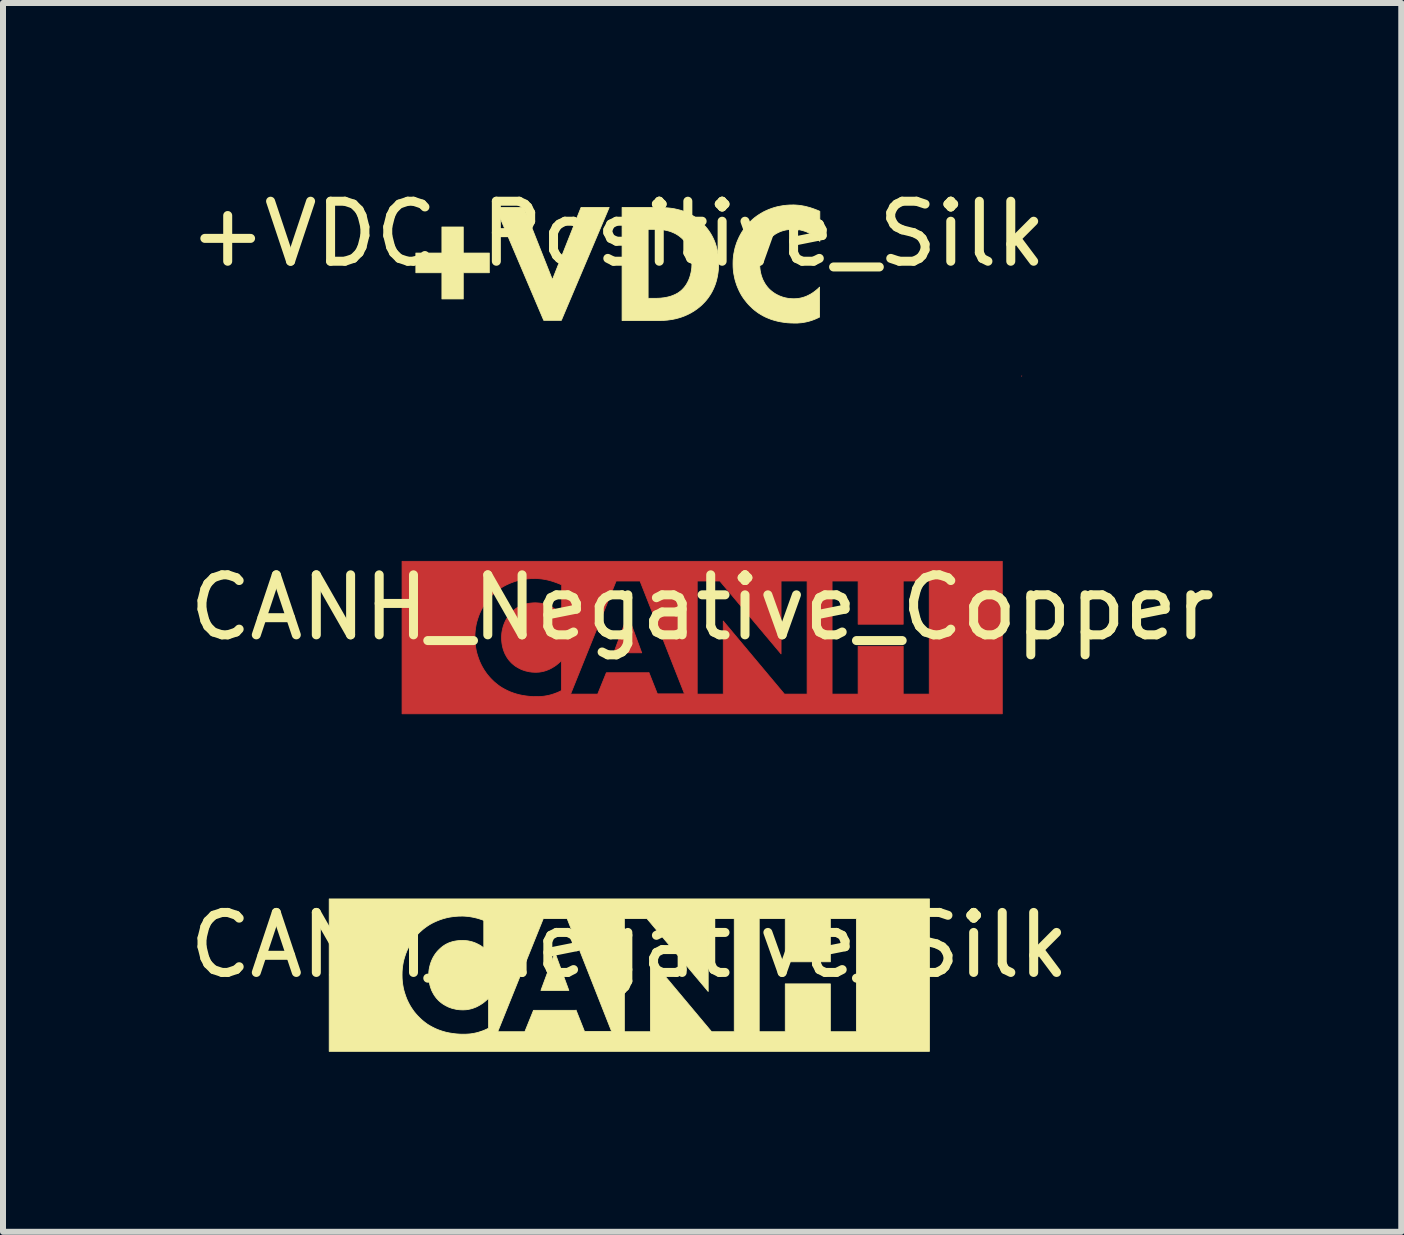
<source format=kicad_pcb>
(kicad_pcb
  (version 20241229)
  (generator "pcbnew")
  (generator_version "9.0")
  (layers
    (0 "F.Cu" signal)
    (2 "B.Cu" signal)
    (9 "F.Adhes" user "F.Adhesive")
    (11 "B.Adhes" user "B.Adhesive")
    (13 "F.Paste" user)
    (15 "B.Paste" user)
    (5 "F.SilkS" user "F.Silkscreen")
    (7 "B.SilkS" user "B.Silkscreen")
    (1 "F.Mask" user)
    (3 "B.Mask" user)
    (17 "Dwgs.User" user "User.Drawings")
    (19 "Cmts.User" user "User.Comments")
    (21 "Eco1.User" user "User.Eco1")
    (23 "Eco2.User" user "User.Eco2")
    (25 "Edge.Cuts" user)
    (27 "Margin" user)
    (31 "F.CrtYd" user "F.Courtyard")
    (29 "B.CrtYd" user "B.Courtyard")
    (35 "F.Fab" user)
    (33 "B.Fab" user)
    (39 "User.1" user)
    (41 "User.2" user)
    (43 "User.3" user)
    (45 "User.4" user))
  (footprint "+VDC_Positive_Silk"
    (layer "F.Cu")
    (at 7.244 1.348)
    (property "Reference" "+VDC_Positive_Silk" (at 0 -0.5 0) (unlocked yes) (layer "F.SilkS") (effects (font (size 1 1) (thickness 0.15))))
    (fp_poly (pts (xy 6.727 1.87) (xy 6.727 1.868) (xy 6.731 1.866)) (stroke (width 0.013) (type solid)) (fill yes) (layer "F.Cu"))
    (fp_poly (pts (xy -1.09 0.262) (xy -0.613 -0.941) (xy -0.144 -0.941) (xy -0.941 0.94) (xy -1.234 0.94) (xy -2.035 -0.941) (xy -1.566 -0.941)) (stroke (width 0.013) (type solid)) (fill yes) (layer "F.SilkS"))
    (fp_poly (pts (xy -2.575 -0.182) (xy -2.141 -0.182) (xy -2.141 0.146) (xy -2.575 0.146) (xy -2.575 0.583) (xy -2.931 0.583) (xy -2.931 0.146) (xy -3.365 0.146) (xy -3.365 -0.182) (xy -2.931 -0.182) (xy -2.931 -0.616) (xy -2.575 -0.616)) (stroke (width 0.013) (type solid)) (fill yes) (layer "F.SilkS"))
    (fp_poly (pts (xy 0.714 -0.94) (xy 0.761 -0.939) (xy 0.808 -0.936) (xy 0.855 -0.932) (xy 0.902 -0.926) (xy 0.95 -0.918) (xy 0.997 -0.907) (xy 1.044 -0.895) (xy 1.091 -0.88) (xy 1.138 -0.861) (xy 1.184 -0.84) (xy 1.23 -0.816) (xy 1.276 -0.788) (xy 1.321 -0.756) (xy 1.365 -0.72) (xy 1.408 -0.68) (xy 1.438 -0.649) (xy 1.467 -0.616) (xy 1.495 -0.582) (xy 1.52 -0.547) (xy 1.545 -0.51) (xy 1.567 -0.472) (xy 1.587 -0.433) (xy 1.606 -0.392) (xy 1.623 -0.349) (xy 1.637 -0.305) (xy 1.65 -0.259) (xy 1.661 -0.212) (xy 1.669 -0.163) (xy 1.675 -0.112) (xy 1.678 -0.06) (xy 1.68 -0.006) (xy 1.679 0.048) (xy 1.675 0.101) (xy 1.669 0.151) (xy 1.661 0.2) (xy 1.651 0.247) (xy 1.639 0.293) (xy 1.625 0.337) (xy 1.609 0.379) (xy 1.591 0.42) (xy 1.572 0.459) (xy 1.551 0.496) (xy 1.528 0.532) (xy 1.504 0.567) (xy 1.478 0.6) (xy 1.451 0.631) (xy 1.422 0.661) (xy 1.398 0.685) (xy 1.373 0.707) (xy 1.322 0.748) (xy 1.27 0.784) (xy 1.218 0.815) (xy 1.166 0.842) (xy 1.114 0.865) (xy 1.063 0.884) (xy 1.012 0.9) (xy 0.963 0.913) (xy 0.915 0.923) (xy 0.869 0.93) (xy 0.826 0.936) (xy 0.785 0.939) (xy 0.747 0.942) (xy 0.681 0.943) (xy 0.071 0.943) (xy 0.071 0.573) (xy 0.505 0.573) (xy 0.621 0.573) (xy 0.66 0.572) (xy 0.707 0.57) (xy 0.733 0.567) (xy 0.761 0.564) (xy 0.789 0.56) (xy 0.818 0.554) (xy 0.848 0.547) (xy 0.878 0.539) (xy 0.908 0.528) (xy 0.938 0.516) (xy 0.968 0.502) (xy 0.982 0.494) (xy 0.997 0.486) (xy 1.011 0.477) (xy 1.025 0.467) (xy 1.038 0.457) (xy 1.052 0.446) (xy 1.071 0.429) (xy 1.089 0.41) (xy 1.107 0.39) (xy 1.124 0.368) (xy 1.14 0.345) (xy 1.155 0.319) (xy 1.169 0.293) (xy 1.182 0.265) (xy 1.194 0.235) (xy 1.204 0.204) (xy 1.213 0.171) (xy 1.221 0.138) (xy 1.227 0.103) (xy 1.232 0.067) (xy 1.234 0.029) (xy 1.235 -0.009) (xy 1.234 -0.047) (xy 1.232 -0.083) (xy 1.227 -0.118) (xy 1.221 -0.15) (xy 1.214 -0.181) (xy 1.206 -0.21) (xy 1.196 -0.237) (xy 1.185 -0.262) (xy 1.174 -0.286) (xy 1.162 -0.309) (xy 1.149 -0.33) (xy 1.136 -0.35) (xy 1.122 -0.368) (xy 1.108 -0.385) (xy 1.094 -0.401) (xy 1.08 -0.415) (xy 1.067 -0.428) (xy 1.053 -0.44) (xy 1.025 -0.463) (xy 0.997 -0.482) (xy 0.968 -0.5) (xy 0.938 -0.515) (xy 0.908 -0.528) (xy 0.878 -0.54) (xy 0.848 -0.549) (xy 0.818 -0.557) (xy 0.788 -0.563) (xy 0.759 -0.568) (xy 0.73 -0.572) (xy 0.701 -0.574) (xy 0.674 -0.576) (xy 0.621 -0.577) (xy 0.505 -0.577) (xy 0.505 0.569) (xy 0.505 0.573) (xy 0.071 0.573) (xy 0.071 -0.941) (xy 0.667 -0.941)) (stroke (width 0.013) (type solid)) (fill yes) (layer "F.SilkS"))
    (fp_poly (pts (xy 2.938 -0.983) (xy 2.962 -0.982) (xy 2.986 -0.98) (xy 3.011 -0.978) (xy 3.037 -0.975) (xy 3.063 -0.971) (xy 3.09 -0.966) (xy 3.118 -0.961) (xy 3.146 -0.954) (xy 3.175 -0.946) (xy 3.205 -0.938) (xy 3.235 -0.928) (xy 3.267 -0.917) (xy 3.299 -0.905) (xy 3.332 -0.892) (xy 3.366 -0.877) (xy 3.366 -0.376) (xy 3.348 -0.395) (xy 3.328 -0.414) (xy 3.307 -0.433) (xy 3.285 -0.451) (xy 3.262 -0.468) (xy 3.238 -0.485) (xy 3.212 -0.5) (xy 3.185 -0.515) (xy 3.157 -0.529) (xy 3.128 -0.541) (xy 3.097 -0.551) (xy 3.081 -0.556) (xy 3.065 -0.56) (xy 3.049 -0.564) (xy 3.032 -0.568) (xy 3.015 -0.57) (xy 2.998 -0.573) (xy 2.98 -0.575) (xy 2.962 -0.576) (xy 2.944 -0.577) (xy 2.925 -0.577) (xy 2.896 -0.577) (xy 2.867 -0.575) (xy 2.839 -0.572) (xy 2.812 -0.568) (xy 2.785 -0.563) (xy 2.76 -0.556) (xy 2.735 -0.549) (xy 2.71 -0.54) (xy 2.687 -0.53) (xy 2.664 -0.519) (xy 2.641 -0.507) (xy 2.62 -0.494) (xy 2.599 -0.479) (xy 2.579 -0.464) (xy 2.559 -0.447) (xy 2.54 -0.429) (xy 2.521 -0.409) (xy 2.503 -0.389) (xy 2.485 -0.367) (xy 2.468 -0.343) (xy 2.453 -0.319) (xy 2.438 -0.294) (xy 2.425 -0.268) (xy 2.413 -0.241) (xy 2.402 -0.213) (xy 2.392 -0.185) (xy 2.384 -0.155) (xy 2.377 -0.125) (xy 2.371 -0.093) (xy 2.367 -0.061) (xy 2.365 -0.029) (xy 2.364 0.005) (xy 2.365 0.04) (xy 2.368 0.075) (xy 2.372 0.108) (xy 2.378 0.14) (xy 2.385 0.17) (xy 2.393 0.199) (xy 2.403 0.227) (xy 2.413 0.254) (xy 2.425 0.279) (xy 2.438 0.303) (xy 2.451 0.326) (xy 2.465 0.348) (xy 2.48 0.368) (xy 2.495 0.387) (xy 2.511 0.405) (xy 2.526 0.421) (xy 2.535 0.429) (xy 2.546 0.439) (xy 2.559 0.45) (xy 2.574 0.462) (xy 2.591 0.475) (xy 2.611 0.488) (xy 2.633 0.502) (xy 2.658 0.515) (xy 2.671 0.521) (xy 2.684 0.528) (xy 2.699 0.534) (xy 2.713 0.54) (xy 2.728 0.545) (xy 2.744 0.551) (xy 2.761 0.556) (xy 2.777 0.56) (xy 2.795 0.565) (xy 2.813 0.568) (xy 2.831 0.572) (xy 2.85 0.575) (xy 2.87 0.577) (xy 2.89 0.578) (xy 2.911 0.579) (xy 2.932 0.58) (xy 2.954 0.579) (xy 2.976 0.578) (xy 3 0.576) (xy 3.024 0.572) (xy 3.049 0.567) (xy 3.074 0.561) (xy 3.1 0.553) (xy 3.127 0.544) (xy 3.155 0.532) (xy 3.183 0.518) (xy 3.212 0.503) (xy 3.241 0.485) (xy 3.271 0.464) (xy 3.301 0.441) (xy 3.332 0.415) (xy 3.362 0.386) (xy 3.362 0.885) (xy 3.335 0.898) (xy 3.305 0.912) (xy 3.276 0.924) (xy 3.247 0.935) (xy 3.219 0.944) (xy 3.191 0.953) (xy 3.164 0.96) (xy 3.138 0.966) (xy 3.112 0.971) (xy 3.087 0.975) (xy 3.063 0.979) (xy 3.039 0.981) (xy 2.993 0.985) (xy 2.95 0.985) (xy 2.886 0.984) (xy 2.825 0.98) (xy 2.767 0.973) (xy 2.71 0.964) (xy 2.657 0.953) (xy 2.605 0.939) (xy 2.556 0.924) (xy 2.51 0.906) (xy 2.465 0.887) (xy 2.423 0.866) (xy 2.383 0.843) (xy 2.344 0.819) (xy 2.308 0.793) (xy 2.274 0.767) (xy 2.242 0.739) (xy 2.212 0.71) (xy 2.181 0.679) (xy 2.151 0.645) (xy 2.123 0.61) (xy 2.095 0.573) (xy 2.069 0.534) (xy 2.045 0.493) (xy 2.023 0.45) (xy 2.003 0.406) (xy 1.984 0.36) (xy 1.968 0.312) (xy 1.953 0.263) (xy 1.942 0.213) (xy 1.932 0.161) (xy 1.925 0.108) (xy 1.921 0.053) (xy 1.92 -0.002) (xy 1.921 -0.058) (xy 1.925 -0.112) (xy 1.932 -0.165) (xy 1.942 -0.216) (xy 1.953 -0.266) (xy 1.968 -0.315) (xy 1.984 -0.362) (xy 2.003 -0.407) (xy 2.023 -0.451) (xy 2.045 -0.493) (xy 2.069 -0.534) (xy 2.095 -0.573) (xy 2.123 -0.61) (xy 2.151 -0.646) (xy 2.181 -0.679) (xy 2.212 -0.711) (xy 2.244 -0.741) (xy 2.278 -0.77) (xy 2.314 -0.797) (xy 2.351 -0.822) (xy 2.39 -0.846) (xy 2.43 -0.869) (xy 2.472 -0.889) (xy 2.516 -0.908) (xy 2.561 -0.925) (xy 2.607 -0.94) (xy 2.655 -0.953) (xy 2.705 -0.963) (xy 2.755 -0.972) (xy 2.807 -0.978) (xy 2.86 -0.982) (xy 2.914 -0.983)) (stroke (width 0.013) (type solid)) (fill yes) (layer "F.SilkS")))
  (footprint "CANH_Negative_Silk"
    (layer "F.Cu")
    (at 7.435 13.198)
    (property "Reference" "CANH_Negative_Silk" (at 0 -0.5 0) (unlocked yes) (layer "F.SilkS") (effects (font (size 1 1) (thickness 0.15))))
    (fp_poly (pts (xy -1.007 0.254) (xy -1.472 0.254) (xy -1.239 -0.377)) (stroke (width 0.013) (type solid)) (fill yes) (layer "F.SilkS"))
    (fp_poly (pts (xy 5.001 1.27) (xy -5 1.27) (xy -5 -0.004) (xy -3.786 -0.004) (xy -3.785 0.052) (xy -3.781 0.107) (xy -3.774 0.16) (xy -3.765 0.212) (xy -3.753 0.262) (xy -3.738 0.311) (xy -3.722 0.358) (xy -3.704 0.404) (xy -3.683 0.449) (xy -3.661 0.491) (xy -3.637 0.532) (xy -3.611 0.571) (xy -3.584 0.609) (xy -3.555 0.644) (xy -3.525 0.678) (xy -3.494 0.709) (xy -3.464 0.738) (xy -3.432 0.765) (xy -3.398 0.792) (xy -3.362 0.818) (xy -3.323 0.842) (xy -3.283 0.864) (xy -3.241 0.885) (xy -3.196 0.905) (xy -3.15 0.922) (xy -3.101 0.938) (xy -3.049 0.952) (xy -2.996 0.963) (xy -2.939 0.972) (xy -2.881 0.979) (xy -2.82 0.983) (xy -2.756 0.984) (xy -2.713 0.983) (xy -2.667 0.98) (xy -2.643 0.978) (xy -2.619 0.974) (xy -2.594 0.97) (xy -2.568 0.965) (xy -2.542 0.959) (xy -2.515 0.952) (xy -2.487 0.943) (xy -2.484 0.942) (xy -2.192 0.942) (xy -1.74 0.942) (xy 2.165 0.942) (xy 2.599 0.942) (xy 2.599 0.145) (xy 3.35 0.145) (xy 3.35 0.942) (xy 3.784 0.942) (xy 3.784 -0.942) (xy 3.35 -0.942) (xy 3.35 -0.222) (xy 2.599 -0.222) (xy 2.599 -0.942) (xy 2.165 -0.942) (xy 2.165 0.942) (xy -1.74 0.942) (xy -0.082 0.942) (xy 0.352 0.942) (xy 0.352 -0.275) (xy 1.371 0.942) (xy 1.749 0.942) (xy 1.749 -0.942) (xy 1.315 -0.942) (xy 1.315 0.272) (xy 0.295 -0.942) (xy -0.082 -0.942) (xy -0.082 0.942) (xy -1.74 0.942) (xy -1.596 0.586) (xy -0.887 0.586) (xy -0.887 0.582) (xy -0.746 0.938) (xy -0.294 0.938) (xy -1.035 -0.942) (xy -1.433 -0.942) (xy -2.192 0.942) (xy -2.484 0.942) (xy -2.459 0.934) (xy -2.43 0.923) (xy -2.401 0.911) (xy -2.371 0.897) (xy -2.347 0.885) (xy -2.344 0.885) (xy -2.34 0.882) (xy -2.344 0.884) (xy -2.344 0.885) (xy -2.347 0.885) (xy -2.344 0.884) (xy -2.344 0.385) (xy -2.375 0.413) (xy -2.405 0.439) (xy -2.435 0.463) (xy -2.465 0.483) (xy -2.494 0.501) (xy -2.523 0.517) (xy -2.551 0.531) (xy -2.579 0.542) (xy -2.606 0.552) (xy -2.632 0.56) (xy -2.658 0.566) (xy -2.682 0.571) (xy -2.707 0.575) (xy -2.73 0.577) (xy -2.752 0.578) (xy -2.774 0.579) (xy -2.795 0.578) (xy -2.816 0.577) (xy -2.836 0.576) (xy -2.856 0.573) (xy -2.875 0.571) (xy -2.893 0.567) (xy -2.911 0.563) (xy -2.929 0.559) (xy -2.946 0.555) (xy -2.962 0.55) (xy -2.978 0.544) (xy -2.993 0.539) (xy -3.008 0.533) (xy -3.022 0.527) (xy -3.035 0.52) (xy -3.048 0.514) (xy -3.073 0.5) (xy -3.095 0.487) (xy -3.115 0.474) (xy -3.132 0.461) (xy -3.147 0.449) (xy -3.16 0.438) (xy -3.171 0.428) (xy -3.18 0.42) (xy -3.195 0.403) (xy -3.211 0.386) (xy -3.226 0.367) (xy -3.241 0.346) (xy -3.255 0.325) (xy -3.268 0.302) (xy -3.281 0.278) (xy -3.293 0.253) (xy -3.303 0.226) (xy -3.313 0.198) (xy -3.321 0.169) (xy -3.328 0.139) (xy -3.334 0.107) (xy -3.338 0.074) (xy -3.341 0.039) (xy -3.342 0.004) (xy -3.341 -0.03) (xy -3.339 -0.063) (xy -3.335 -0.095) (xy -3.329 -0.126) (xy -3.322 -0.156) (xy -3.314 -0.186) (xy -3.304 -0.215) (xy -3.293 -0.243) (xy -3.281 -0.27) (xy -3.268 -0.296) (xy -3.253 -0.321) (xy -3.238 -0.345) (xy -3.221 -0.368) (xy -3.204 -0.39) (xy -3.185 -0.411) (xy -3.166 -0.43) (xy -3.147 -0.448) (xy -3.127 -0.465) (xy -3.107 -0.481) (xy -3.086 -0.495) (xy -3.065 -0.509) (xy -3.042 -0.521) (xy -3.019 -0.532) (xy -2.996 -0.542) (xy -2.971 -0.55) (xy -2.946 -0.558) (xy -2.921 -0.564) (xy -2.894 -0.569) (xy -2.867 -0.573) (xy -2.839 -0.576) (xy -2.81 -0.578) (xy -2.781 -0.579) (xy -2.762 -0.578) (xy -2.744 -0.577) (xy -2.726 -0.576) (xy -2.708 -0.574) (xy -2.691 -0.572) (xy -2.674 -0.569) (xy -2.657 -0.565) (xy -2.641 -0.562) (xy -2.625 -0.557) (xy -2.609 -0.553) (xy -2.578 -0.542) (xy -2.549 -0.53) (xy -2.521 -0.516) (xy -2.494 -0.502) (xy -2.468 -0.486) (xy -2.444 -0.469) (xy -2.421 -0.452) (xy -2.399 -0.434) (xy -2.378 -0.415) (xy -2.358 -0.397) (xy -2.34 -0.377) (xy -2.34 -0.878) (xy -2.374 -0.893) (xy -2.407 -0.906) (xy -2.439 -0.918) (xy -2.471 -0.929) (xy -2.501 -0.939) (xy -2.531 -0.948) (xy -2.56 -0.955) (xy -2.588 -0.962) (xy -2.616 -0.967) (xy -2.643 -0.972) (xy -2.669 -0.976) (xy -2.695 -0.979) (xy -2.72 -0.981) (xy -2.744 -0.983) (xy -2.768 -0.984) (xy -2.792 -0.984) (xy -2.846 -0.983) (xy -2.899 -0.979) (xy -2.951 -0.973) (xy -3.002 -0.965) (xy -3.051 -0.954) (xy -3.099 -0.941) (xy -3.145 -0.926) (xy -3.19 -0.909) (xy -3.234 -0.89) (xy -3.276 -0.87) (xy -3.316 -0.848) (xy -3.355 -0.824) (xy -3.392 -0.798) (xy -3.428 -0.771) (xy -3.462 -0.742) (xy -3.494 -0.713) (xy -3.525 -0.681) (xy -3.555 -0.647) (xy -3.584 -0.611) (xy -3.611 -0.574) (xy -3.637 -0.535) (xy -3.661 -0.494) (xy -3.683 -0.452) (xy -3.704 -0.408) (xy -3.722 -0.363) (xy -3.738 -0.316) (xy -3.753 -0.267) (xy -3.765 -0.218) (xy -3.774 -0.166) (xy -3.781 -0.113) (xy -3.785 -0.059) (xy -3.786 -0.004) (xy -5 -0.004) (xy -5 -1.27) (xy 5.001 -1.27)) (stroke (width 0.013) (type solid)) (fill yes) (layer "F.SilkS")))
  (footprint "CANH_Negative_Copper"
    (layer "F.Cu")
    (at 8.649 7.573)
    (property "Reference" "CANH_Negative_Copper" (at 0 -0.5 0) (unlocked yes) (layer "F.SilkS") (effects (font (size 1 1) (thickness 0.15))))
    (fp_poly (pts (xy -1.007 0.254) (xy -1.472 0.254) (xy -1.239 -0.377)) (stroke (width 0.013) (type solid)) (fill yes) (layer "F.Cu"))
    (fp_poly (pts (xy 5.001 1.27) (xy -5 1.27) (xy -5 -0.004) (xy -3.786 -0.004) (xy -3.785 0.052) (xy -3.781 0.107) (xy -3.774 0.16) (xy -3.765 0.212) (xy -3.753 0.262) (xy -3.738 0.311) (xy -3.722 0.358) (xy -3.704 0.404) (xy -3.683 0.449) (xy -3.661 0.491) (xy -3.637 0.532) (xy -3.611 0.571) (xy -3.584 0.609) (xy -3.555 0.644) (xy -3.525 0.678) (xy -3.494 0.709) (xy -3.464 0.738) (xy -3.432 0.765) (xy -3.398 0.792) (xy -3.362 0.818) (xy -3.323 0.842) (xy -3.283 0.864) (xy -3.241 0.885) (xy -3.196 0.905) (xy -3.15 0.922) (xy -3.101 0.938) (xy -3.049 0.952) (xy -2.996 0.963) (xy -2.939 0.972) (xy -2.881 0.979) (xy -2.82 0.983) (xy -2.756 0.984) (xy -2.713 0.983) (xy -2.667 0.98) (xy -2.643 0.978) (xy -2.619 0.974) (xy -2.594 0.97) (xy -2.568 0.965) (xy -2.542 0.959) (xy -2.515 0.952) (xy -2.487 0.943) (xy -2.484 0.942) (xy -2.192 0.942) (xy -1.74 0.942) (xy 2.165 0.942) (xy 2.599 0.942) (xy 2.599 0.145) (xy 3.35 0.145) (xy 3.35 0.942) (xy 3.784 0.942) (xy 3.784 -0.942) (xy 3.35 -0.942) (xy 3.35 -0.222) (xy 2.599 -0.222) (xy 2.599 -0.942) (xy 2.165 -0.942) (xy 2.165 0.942) (xy -1.74 0.942) (xy -0.082 0.942) (xy 0.352 0.942) (xy 0.352 -0.275) (xy 1.371 0.942) (xy 1.749 0.942) (xy 1.749 -0.942) (xy 1.315 -0.942) (xy 1.315 0.272) (xy 0.295 -0.942) (xy -0.082 -0.942) (xy -0.082 0.942) (xy -1.74 0.942) (xy -1.596 0.586) (xy -0.887 0.586) (xy -0.887 0.582) (xy -0.746 0.938) (xy -0.294 0.938) (xy -1.035 -0.942) (xy -1.433 -0.942) (xy -2.192 0.942) (xy -2.484 0.942) (xy -2.459 0.934) (xy -2.43 0.923) (xy -2.401 0.911) (xy -2.371 0.897) (xy -2.347 0.885) (xy -2.344 0.885) (xy -2.34 0.882) (xy -2.344 0.884) (xy -2.344 0.885) (xy -2.347 0.885) (xy -2.344 0.884) (xy -2.344 0.385) (xy -2.375 0.413) (xy -2.405 0.439) (xy -2.435 0.463) (xy -2.465 0.483) (xy -2.494 0.501) (xy -2.523 0.517) (xy -2.551 0.531) (xy -2.579 0.542) (xy -2.606 0.552) (xy -2.632 0.56) (xy -2.658 0.566) (xy -2.682 0.571) (xy -2.707 0.575) (xy -2.73 0.577) (xy -2.752 0.578) (xy -2.774 0.579) (xy -2.795 0.578) (xy -2.816 0.577) (xy -2.836 0.576) (xy -2.856 0.573) (xy -2.875 0.571) (xy -2.893 0.567) (xy -2.911 0.563) (xy -2.929 0.559) (xy -2.946 0.555) (xy -2.962 0.55) (xy -2.978 0.544) (xy -2.993 0.539) (xy -3.008 0.533) (xy -3.022 0.527) (xy -3.035 0.52) (xy -3.048 0.514) (xy -3.073 0.5) (xy -3.095 0.487) (xy -3.115 0.474) (xy -3.132 0.461) (xy -3.147 0.449) (xy -3.16 0.438) (xy -3.171 0.428) (xy -3.18 0.42) (xy -3.195 0.403) (xy -3.211 0.386) (xy -3.226 0.367) (xy -3.241 0.346) (xy -3.255 0.325) (xy -3.268 0.302) (xy -3.281 0.278) (xy -3.293 0.253) (xy -3.303 0.226) (xy -3.313 0.198) (xy -3.321 0.169) (xy -3.328 0.139) (xy -3.334 0.107) (xy -3.338 0.074) (xy -3.341 0.039) (xy -3.342 0.004) (xy -3.341 -0.03) (xy -3.339 -0.063) (xy -3.335 -0.095) (xy -3.329 -0.126) (xy -3.322 -0.156) (xy -3.314 -0.186) (xy -3.304 -0.215) (xy -3.293 -0.243) (xy -3.281 -0.27) (xy -3.268 -0.296) (xy -3.253 -0.321) (xy -3.238 -0.345) (xy -3.221 -0.368) (xy -3.204 -0.39) (xy -3.185 -0.411) (xy -3.166 -0.43) (xy -3.147 -0.448) (xy -3.127 -0.465) (xy -3.107 -0.481) (xy -3.086 -0.495) (xy -3.065 -0.509) (xy -3.042 -0.521) (xy -3.019 -0.532) (xy -2.996 -0.542) (xy -2.971 -0.55) (xy -2.946 -0.558) (xy -2.921 -0.564) (xy -2.894 -0.569) (xy -2.867 -0.573) (xy -2.839 -0.576) (xy -2.81 -0.578) (xy -2.781 -0.579) (xy -2.762 -0.578) (xy -2.744 -0.577) (xy -2.726 -0.576) (xy -2.708 -0.574) (xy -2.691 -0.572) (xy -2.674 -0.569) (xy -2.657 -0.565) (xy -2.641 -0.562) (xy -2.625 -0.557) (xy -2.609 -0.553) (xy -2.578 -0.542) (xy -2.549 -0.53) (xy -2.521 -0.516) (xy -2.494 -0.502) (xy -2.468 -0.486) (xy -2.444 -0.469) (xy -2.421 -0.452) (xy -2.399 -0.434) (xy -2.378 -0.415) (xy -2.358 -0.397) (xy -2.34 -0.377) (xy -2.34 -0.878) (xy -2.374 -0.893) (xy -2.407 -0.906) (xy -2.439 -0.918) (xy -2.471 -0.929) (xy -2.501 -0.939) (xy -2.531 -0.948) (xy -2.56 -0.955) (xy -2.588 -0.962) (xy -2.616 -0.967) (xy -2.643 -0.972) (xy -2.669 -0.976) (xy -2.695 -0.979) (xy -2.72 -0.981) (xy -2.744 -0.983) (xy -2.768 -0.984) (xy -2.792 -0.984) (xy -2.846 -0.983) (xy -2.899 -0.979) (xy -2.951 -0.973) (xy -3.002 -0.965) (xy -3.051 -0.954) (xy -3.099 -0.941) (xy -3.145 -0.926) (xy -3.19 -0.909) (xy -3.234 -0.89) (xy -3.276 -0.87) (xy -3.316 -0.848) (xy -3.355 -0.824) (xy -3.392 -0.798) (xy -3.428 -0.771) (xy -3.462 -0.742) (xy -3.494 -0.713) (xy -3.525 -0.681) (xy -3.555 -0.647) (xy -3.584 -0.611) (xy -3.611 -0.574) (xy -3.637 -0.535) (xy -3.661 -0.494) (xy -3.683 -0.452) (xy -3.704 -0.408) (xy -3.722 -0.363) (xy -3.738 -0.316) (xy -3.753 -0.267) (xy -3.765 -0.218) (xy -3.774 -0.166) (xy -3.781 -0.113) (xy -3.785 -0.059) (xy -3.786 -0.004) (xy -5 -0.004) (xy -5 -1.27) (xy 5.001 -1.27)) (stroke (width 0.013) (type solid)) (fill yes) (layer "F.Cu")))
  (gr_rect
    (start -3 -3)
    (end 20.298 17.474)
    (stroke (width 0.1) (type default))
    (fill no)
    (layer "Edge.Cuts")))
</source>
